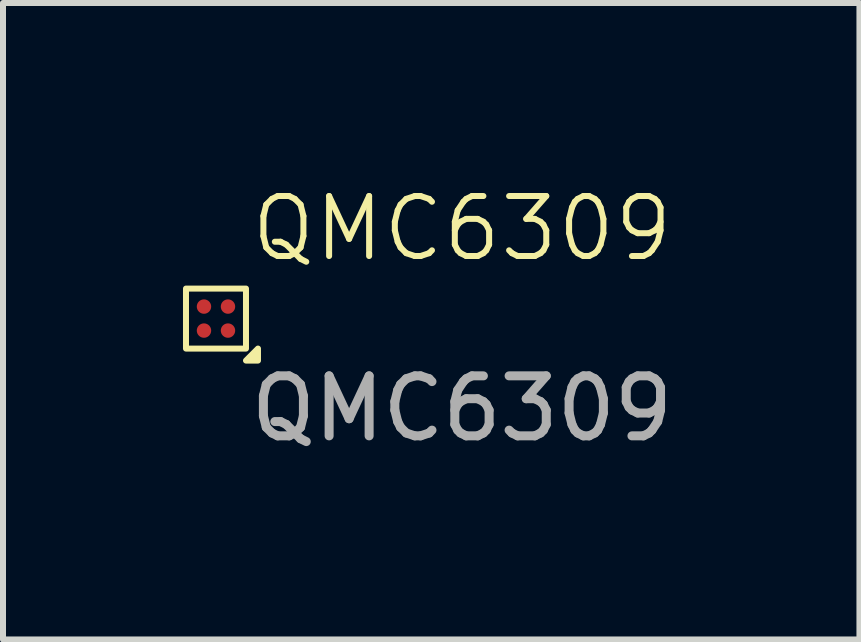
<source format=kicad_pcb>
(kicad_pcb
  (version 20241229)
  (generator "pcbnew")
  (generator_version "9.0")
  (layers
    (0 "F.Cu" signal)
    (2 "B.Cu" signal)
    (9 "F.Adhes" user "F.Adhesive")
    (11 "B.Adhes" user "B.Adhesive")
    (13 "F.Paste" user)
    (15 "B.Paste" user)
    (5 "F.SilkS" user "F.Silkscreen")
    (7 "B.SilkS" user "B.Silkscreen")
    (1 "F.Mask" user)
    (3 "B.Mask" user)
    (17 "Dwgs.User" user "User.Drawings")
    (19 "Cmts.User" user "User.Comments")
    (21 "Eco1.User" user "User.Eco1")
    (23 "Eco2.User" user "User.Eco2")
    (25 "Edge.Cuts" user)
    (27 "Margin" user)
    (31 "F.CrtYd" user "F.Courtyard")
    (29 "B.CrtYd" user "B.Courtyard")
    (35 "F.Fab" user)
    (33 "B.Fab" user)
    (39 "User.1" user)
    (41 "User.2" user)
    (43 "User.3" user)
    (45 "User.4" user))
  (footprint "QMC6309"
    (layer "F.Cu")
    (at 0.55 2.26)
    (property "Reference" "QMC6309" (at 4.1 -1.5 0) (unlocked yes) (layer "F.SilkS") (effects (font (size 1 1) (thickness 0.1))))
    (attr smd)
    (fp_rect (start -0.5 -0.5) (end 0.5 0.5) (stroke (width 0.1) (type default)) (fill no) (layer "F.SilkS"))
    (fp_poly (pts (xy 0.7 0.5) (xy 0.5 0.7) (xy 0.7 0.7)) (stroke (width 0.1) (type solid)) (fill yes) (layer "F.SilkS"))
    (fp_text user "${REFERENCE}" (at 4.1 1.5 0) (unlocked yes) (layer "F.Fab") (effects (font (size 1 1) (thickness 0.15))))
    (pad "A1" smd circle (at 0.2 0.2) (size 0.24 0.24) (layers "F.Cu" "F.Mask" "F.Paste"))
    (pad "A2" smd circle (at -0.2 0.2) (size 0.24 0.24) (layers "F.Cu" "F.Mask" "F.Paste"))
    (pad "B1" smd circle (at 0.2 -0.2) (size 0.24 0.24) (layers "F.Cu" "F.Mask" "F.Paste"))
    (pad "B2" smd circle (at -0.2 -0.2) (size 0.24 0.24) (layers "F.Cu" "F.Mask" "F.Paste")))
  (gr_rect
    (start -3 -3)
    (end 11.275 7.609)
    (stroke (width 0.1) (type default))
    (fill no)
    (layer "Edge.Cuts")))
</source>
